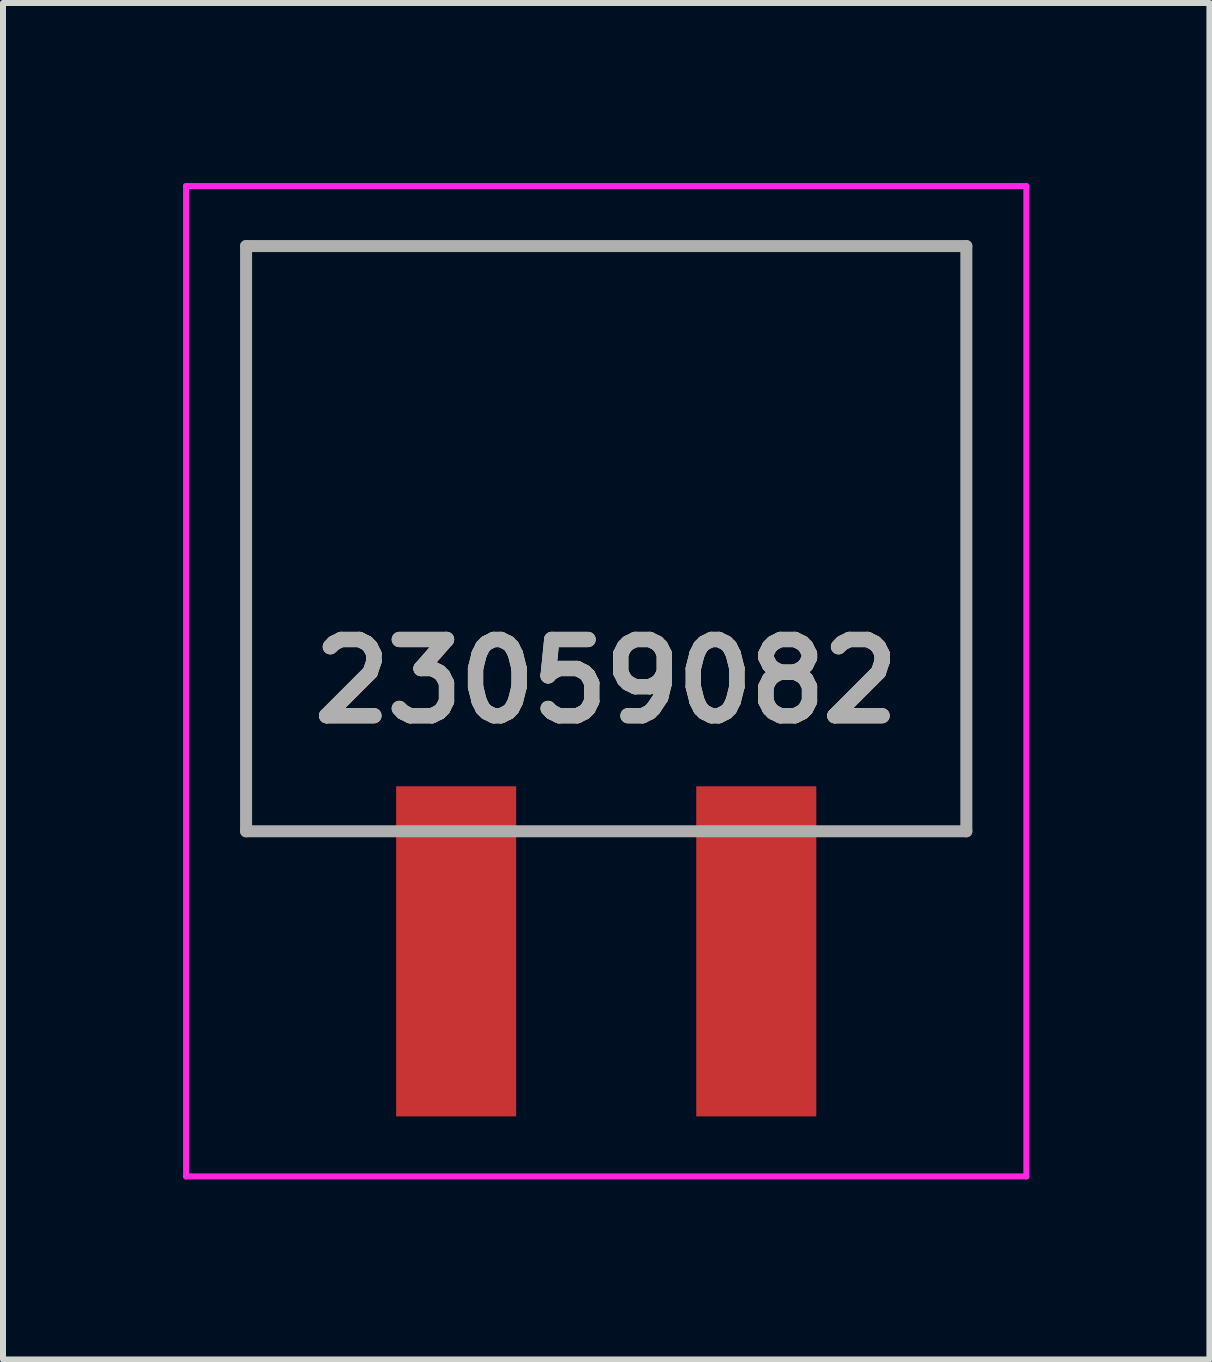
<source format=kicad_pcb>
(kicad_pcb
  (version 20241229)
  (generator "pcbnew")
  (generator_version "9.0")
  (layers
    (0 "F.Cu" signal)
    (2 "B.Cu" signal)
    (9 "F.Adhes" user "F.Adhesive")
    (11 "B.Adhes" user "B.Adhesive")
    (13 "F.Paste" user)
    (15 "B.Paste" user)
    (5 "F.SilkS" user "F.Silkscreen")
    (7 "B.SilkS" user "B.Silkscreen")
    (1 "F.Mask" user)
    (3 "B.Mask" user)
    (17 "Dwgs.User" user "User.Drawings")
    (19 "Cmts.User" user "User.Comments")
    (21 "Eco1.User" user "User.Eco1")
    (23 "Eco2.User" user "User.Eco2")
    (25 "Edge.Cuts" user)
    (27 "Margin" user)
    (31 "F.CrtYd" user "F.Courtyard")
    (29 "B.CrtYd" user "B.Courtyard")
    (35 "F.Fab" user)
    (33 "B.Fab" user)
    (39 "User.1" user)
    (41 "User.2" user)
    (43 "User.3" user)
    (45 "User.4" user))
  (footprint "23059082"
    (layer "F.Cu")
    (at 7.05 8.3)
    (property "Reference" "23059082" (at 0 0 0) (layer "F.SilkS") (effects (font (size 1.27 1.27) (thickness 0.254))))
    (attr smd)
    (fp_line (start -6 -7.25) (end 6 -7.25) (stroke (width 0.1) (type solid)) (layer "F.SilkS"))
    (fp_line (start -6 2.5) (end -6 -7.25) (stroke (width 0.1) (type solid)) (layer "F.SilkS"))
    (fp_line (start -5 2.5) (end -6 2.5) (stroke (width 0.1) (type solid)) (layer "F.SilkS"))
    (fp_line (start 6 -7.25) (end 6 2.5) (stroke (width 0.1) (type solid)) (layer "F.SilkS"))
    (fp_line (start 6 2.5) (end 5 2.5) (stroke (width 0.1) (type solid)) (layer "F.SilkS"))
    (fp_line (start -7 -8.25) (end 7 -8.25) (stroke (width 0.1) (type solid)) (layer "F.CrtYd"))
    (fp_line (start -7 8.25) (end -7 -8.25) (stroke (width 0.1) (type solid)) (layer "F.CrtYd"))
    (fp_line (start 7 -8.25) (end 7 8.25) (stroke (width 0.1) (type solid)) (layer "F.CrtYd"))
    (fp_line (start 7 8.25) (end -7 8.25) (stroke (width 0.1) (type solid)) (layer "F.CrtYd"))
    (fp_line (start -6 -7.25) (end 6 -7.25) (stroke (width 0.2) (type solid)) (layer "F.Fab"))
    (fp_line (start -6 2.5) (end -6 -7.25) (stroke (width 0.2) (type solid)) (layer "F.Fab"))
    (fp_line (start 6 -7.25) (end 6 2.5) (stroke (width 0.2) (type solid)) (layer "F.Fab"))
    (fp_line (start 6 2.5) (end -6 2.5) (stroke (width 0.2) (type solid)) (layer "F.Fab"))
    (fp_text user "${REFERENCE}" (at 0 0 0) (layer "F.Fab") (effects (font (size 1.27 1.27) (thickness 0.254))))
    (pad "1" smd rect (at -2.5 4.5) (size 2 5.5) (layers "F.Cu" "F.Mask" "F.Paste"))
    (pad "2" smd rect (at 2.5 4.5) (size 2 5.5) (layers "F.Cu" "F.Mask" "F.Paste")))
  (gr_rect
    (start -3 -3)
    (end 17.1 19.6)
    (stroke (width 0.1) (type default))
    (fill no)
    (layer "Edge.Cuts")))
</source>
